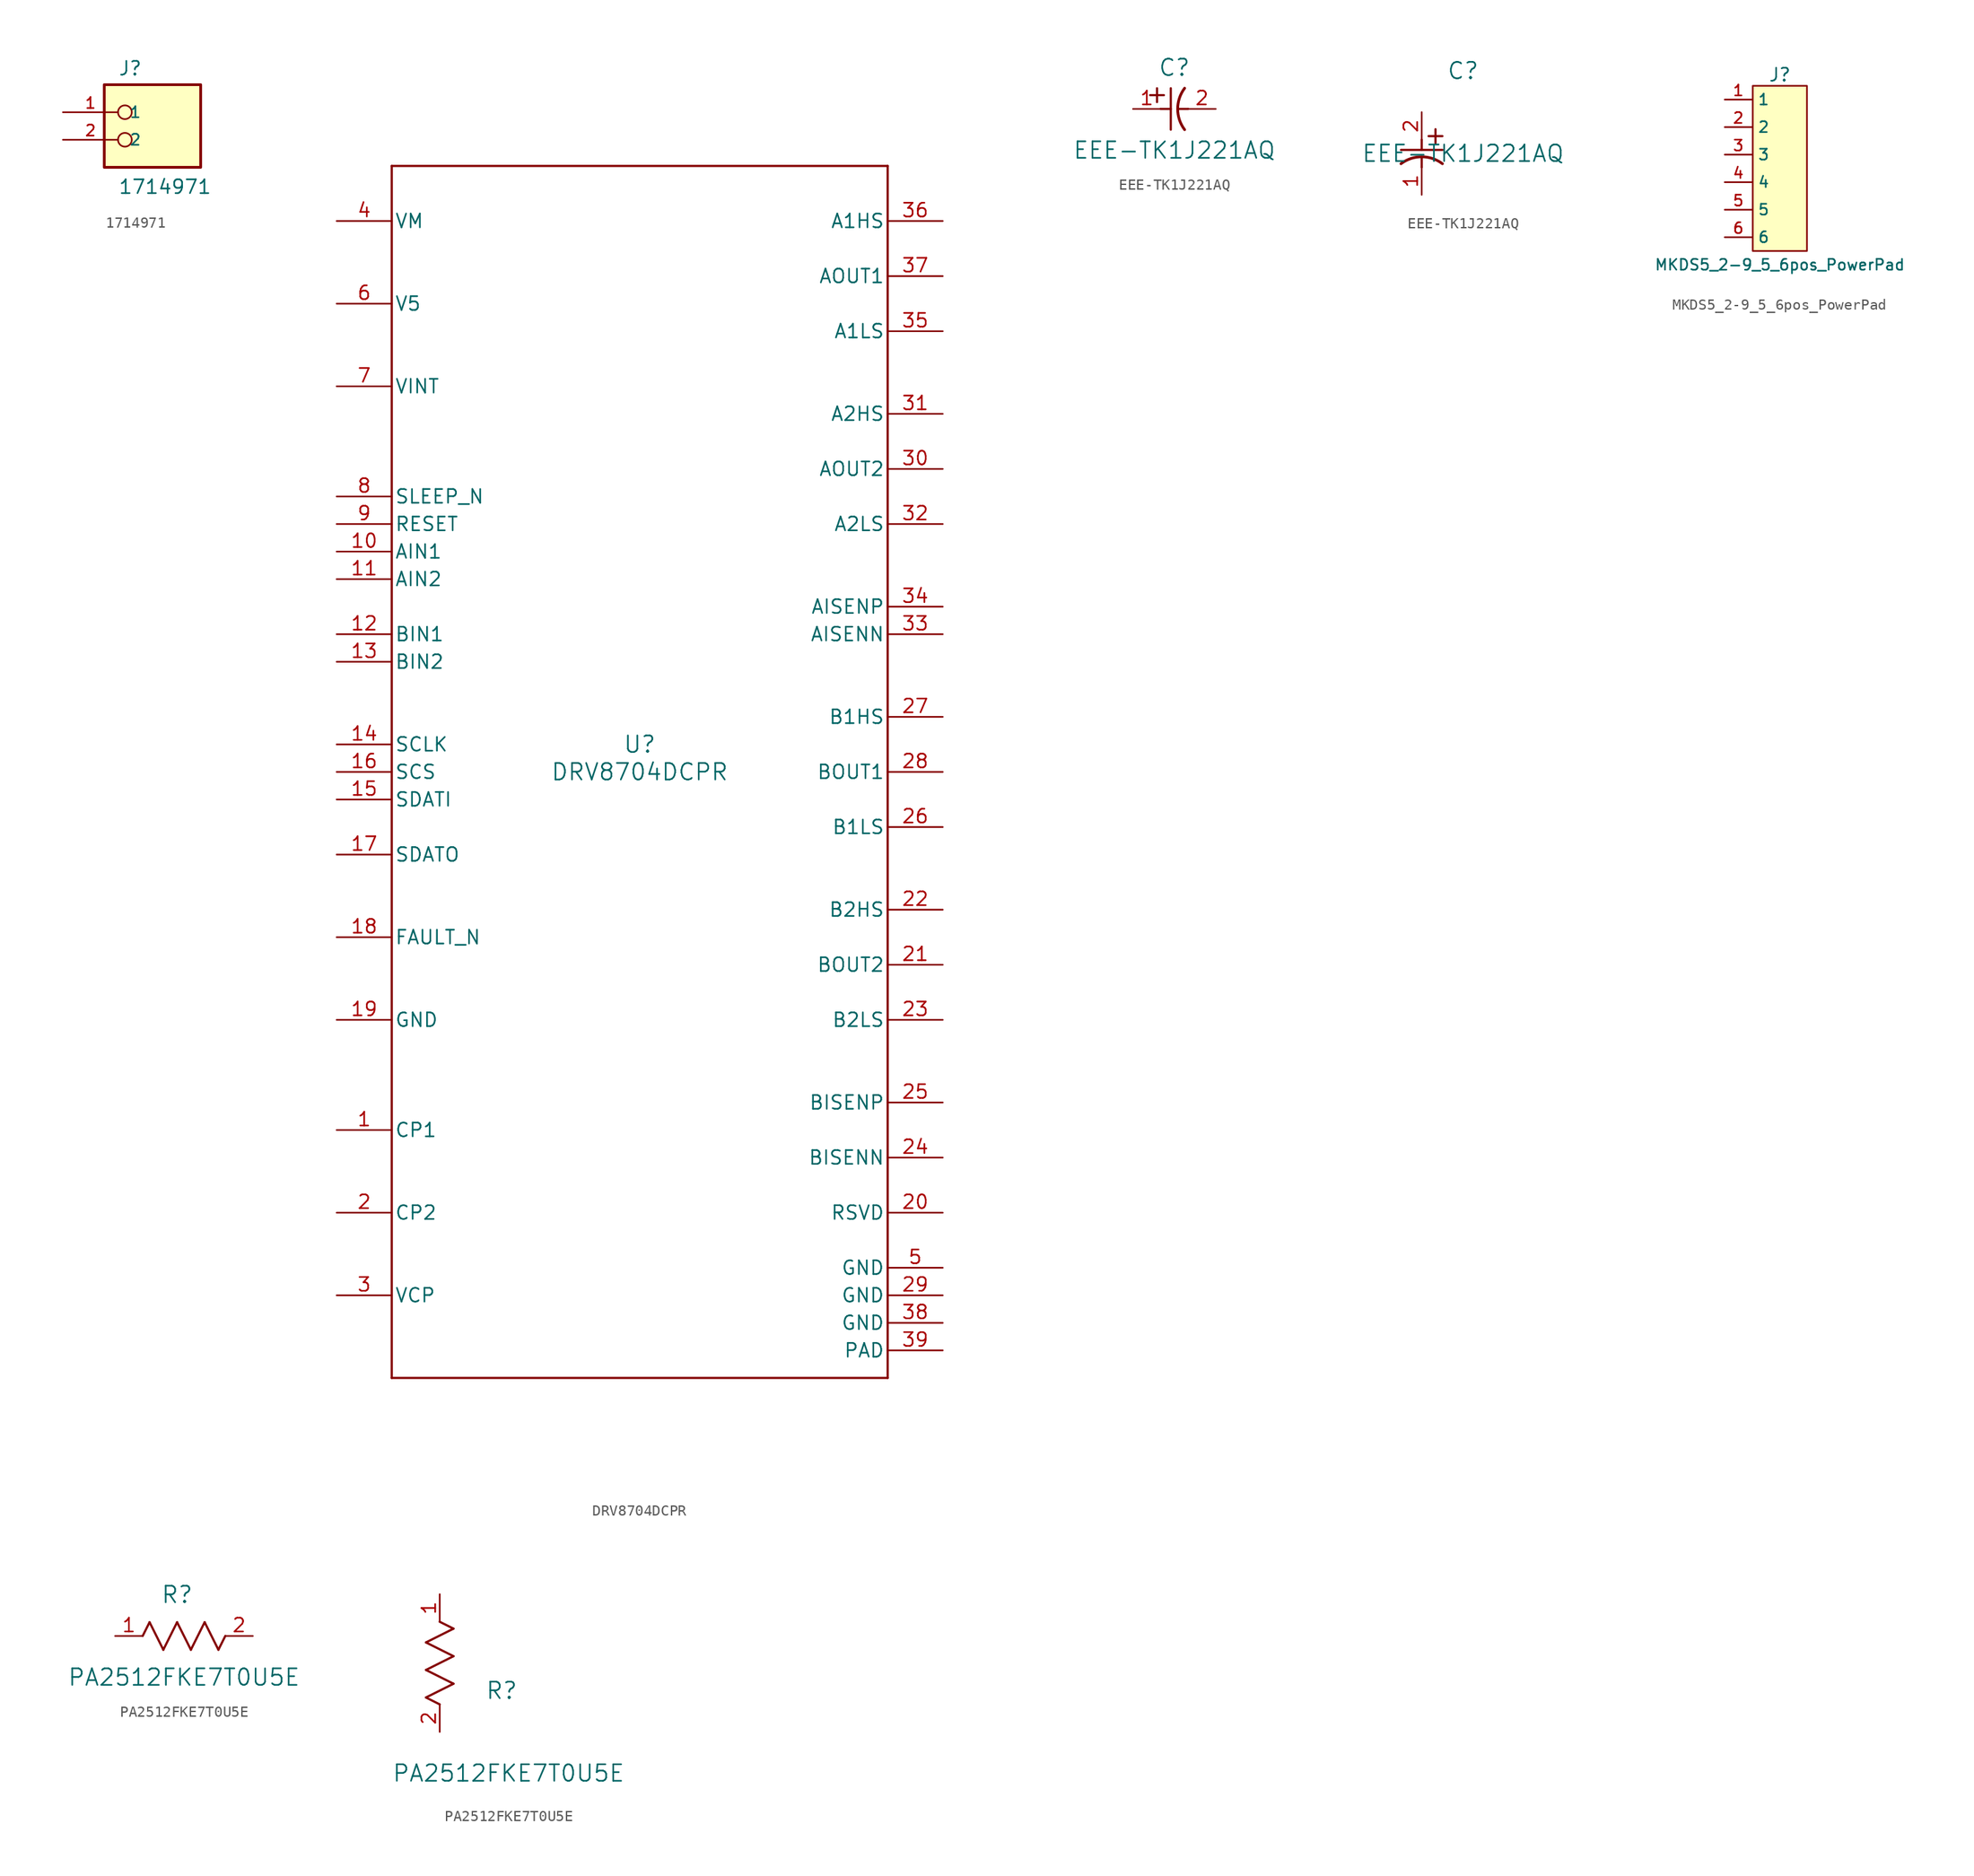
<source format=kicad_sym>
(kicad_symbol_lib
  (version 20241209)
  (generator "kicad_symbol_editor")
  (generator_version "9.0")
  (symbol "1714971"
    (pin_names
      (offset 1.016))
    (property "Reference" "J"
      (at -2.54 3.302 0)
      (effects (font (size 1.27 1.27)) (justify left bottom)))
    (property "Value" "1714971"
      (at -2.54 -7.62 0)
      (effects (font (size 1.27 1.27)) (justify left bottom)))
    (symbol "1714971_0_0"
      (rectangle (start -3.81 -5.08) (end 5.08 2.54) (stroke (width 0.254) (type default)) (fill (type background)))
      (circle (center -1.905 0) (radius 0.635) (stroke (width 0.152) (type default)) (fill (type none)))
      (circle (center -1.905 -2.54) (radius 0.635) (stroke (width 0.152) (type default)) (fill (type none)))
      (pin passive line (at -7.62 0 0) (length 5.08) (name "1" (effects (font (size 1.016 1.016)))) (number "1" (effects (font (size 1.016 1.016)))))
      (pin passive line (at -7.62 -2.54 0) (length 5.08) (name "2" (effects (font (size 1.016 1.016)))) (number "2" (effects (font (size 1.016 1.016)))))))
  (symbol "DRV8704DCPR"
    (pin_names
      (offset 0.254))
    (property "Reference" "U"
      (at 0 2.54 0)
      (effects (font (size 1.524 1.524))))
    (property "Value" "DRV8704DCPR"
      (at 0 0 0)
      (effects (font (size 1.524 1.524))))
    (property "ki_locked" ""
      (at 0 0 0)
      (effects (font (size 1.27 1.27))))
    (symbol "DRV8704DCPR_0_1"
      (polyline (pts (xy -22.86 55.88) (xy -22.86 -55.88)) (stroke (width 0.203) (type default)) (fill (type none)))
      (polyline (pts (xy -22.86 -55.88) (xy 22.86 -55.88)) (stroke (width 0.203) (type default)) (fill (type none)))
      (polyline (pts (xy 22.86 55.88) (xy -22.86 55.88)) (stroke (width 0.203) (type default)) (fill (type none)))
      (polyline (pts (xy 22.86 -55.88) (xy 22.86 55.88)) (stroke (width 0.203) (type default)) (fill (type none)))
      (pin power_in line (at -27.94 50.8 0) (length 5.08) (name "VM" (effects (font (size 1.27 1.27)))) (number "4" (effects (font (size 1.27 1.27)))))
      (pin power_in line (at -27.94 43.18 0) (length 5.08) (name "V5" (effects (font (size 1.27 1.27)))) (number "6" (effects (font (size 1.27 1.27)))))
      (pin power_in line (at -27.94 35.56 0) (length 5.08) (name "VINT" (effects (font (size 1.27 1.27)))) (number "7" (effects (font (size 1.27 1.27)))))
      (pin input line (at -27.94 25.4 0) (length 5.08) (name "SLEEP_N" (effects (font (size 1.27 1.27)))) (number "8" (effects (font (size 1.27 1.27)))))
      (pin input line (at -27.94 22.86 0) (length 5.08) (name "RESET" (effects (font (size 1.27 1.27)))) (number "9" (effects (font (size 1.27 1.27)))))
      (pin input line (at -27.94 20.32 0) (length 5.08) (name "AIN1" (effects (font (size 1.27 1.27)))) (number "10" (effects (font (size 1.27 1.27)))))
      (pin input line (at -27.94 17.78 0) (length 5.08) (name "AIN2" (effects (font (size 1.27 1.27)))) (number "11" (effects (font (size 1.27 1.27)))))
      (pin input line (at -27.94 12.7 0) (length 5.08) (name "BIN1" (effects (font (size 1.27 1.27)))) (number "12" (effects (font (size 1.27 1.27)))))
      (pin input line (at -27.94 10.16 0) (length 5.08) (name "BIN2" (effects (font (size 1.27 1.27)))) (number "13" (effects (font (size 1.27 1.27)))))
      (pin input line (at -27.94 2.54 0) (length 5.08) (name "SCLK" (effects (font (size 1.27 1.27)))) (number "14" (effects (font (size 1.27 1.27)))))
      (pin input line (at -27.94 0 0) (length 5.08) (name "SCS" (effects (font (size 1.27 1.27)))) (number "16" (effects (font (size 1.27 1.27)))))
      (pin input line (at -27.94 -2.54 0) (length 5.08) (name "SDATI" (effects (font (size 1.27 1.27)))) (number "15" (effects (font (size 1.27 1.27)))))
      (pin open_collector line (at -27.94 -7.62 0) (length 5.08) (name "SDATO" (effects (font (size 1.27 1.27)))) (number "17" (effects (font (size 1.27 1.27)))))
      (pin open_collector line (at -27.94 -15.24 0) (length 5.08) (name "FAULT_N" (effects (font (size 1.27 1.27)))) (number "18" (effects (font (size 1.27 1.27)))))
      (pin power_in line (at -27.94 -22.86 0) (length 5.08) (name "GND" (effects (font (size 1.27 1.27)))) (number "19" (effects (font (size 1.27 1.27)))))
      (pin unspecified line (at -27.94 -33.02 0) (length 5.08) (name "CP1" (effects (font (size 1.27 1.27)))) (number "1" (effects (font (size 1.27 1.27)))))
      (pin unspecified line (at -27.94 -40.64 0) (length 5.08) (name "CP2" (effects (font (size 1.27 1.27)))) (number "2" (effects (font (size 1.27 1.27)))))
      (pin unspecified line (at -27.94 -48.26 0) (length 5.08) (name "VCP" (effects (font (size 1.27 1.27)))) (number "3" (effects (font (size 1.27 1.27)))))
      (pin output line (at 27.94 50.8 180) (length 5.08) (name "A1HS" (effects (font (size 1.27 1.27)))) (number "36" (effects (font (size 1.27 1.27)))))
      (pin input line (at 27.94 45.72 180) (length 5.08) (name "AOUT1" (effects (font (size 1.27 1.27)))) (number "37" (effects (font (size 1.27 1.27)))))
      (pin output line (at 27.94 40.64 180) (length 5.08) (name "A1LS" (effects (font (size 1.27 1.27)))) (number "35" (effects (font (size 1.27 1.27)))))
      (pin output line (at 27.94 33.02 180) (length 5.08) (name "A2HS" (effects (font (size 1.27 1.27)))) (number "31" (effects (font (size 1.27 1.27)))))
      (pin input line (at 27.94 27.94 180) (length 5.08) (name "AOUT2" (effects (font (size 1.27 1.27)))) (number "30" (effects (font (size 1.27 1.27)))))
      (pin output line (at 27.94 22.86 180) (length 5.08) (name "A2LS" (effects (font (size 1.27 1.27)))) (number "32" (effects (font (size 1.27 1.27)))))
      (pin input line (at 27.94 15.24 180) (length 5.08) (name "AISENP" (effects (font (size 1.27 1.27)))) (number "34" (effects (font (size 1.27 1.27)))))
      (pin input line (at 27.94 12.7 180) (length 5.08) (name "AISENN" (effects (font (size 1.27 1.27)))) (number "33" (effects (font (size 1.27 1.27)))))
      (pin output line (at 27.94 5.08 180) (length 5.08) (name "B1HS" (effects (font (size 1.27 1.27)))) (number "27" (effects (font (size 1.27 1.27)))))
      (pin input line (at 27.94 0 180) (length 5.08) (name "BOUT1" (effects (font (size 1.27 1.27)))) (number "28" (effects (font (size 1.27 1.27)))))
      (pin output line (at 27.94 -5.08 180) (length 5.08) (name "B1LS" (effects (font (size 1.27 1.27)))) (number "26" (effects (font (size 1.27 1.27)))))
      (pin output line (at 27.94 -12.7 180) (length 5.08) (name "B2HS" (effects (font (size 1.27 1.27)))) (number "22" (effects (font (size 1.27 1.27)))))
      (pin input line (at 27.94 -17.78 180) (length 5.08) (name "BOUT2" (effects (font (size 1.27 1.27)))) (number "21" (effects (font (size 1.27 1.27)))))
      (pin output line (at 27.94 -22.86 180) (length 5.08) (name "B2LS" (effects (font (size 1.27 1.27)))) (number "23" (effects (font (size 1.27 1.27)))))
      (pin input line (at 27.94 -30.48 180) (length 5.08) (name "BISENP" (effects (font (size 1.27 1.27)))) (number "25" (effects (font (size 1.27 1.27)))))
      (pin input line (at 27.94 -35.56 180) (length 5.08) (name "BISENN" (effects (font (size 1.27 1.27)))) (number "24" (effects (font (size 1.27 1.27)))))
      (pin unspecified line (at 27.94 -40.64 180) (length 5.08) (name "RSVD" (effects (font (size 1.27 1.27)))) (number "20" (effects (font (size 1.27 1.27)))))
      (pin power_in line (at 27.94 -45.72 180) (length 5.08) (name "GND" (effects (font (size 1.27 1.27)))) (number "5" (effects (font (size 1.27 1.27)))))
      (pin power_in line (at 27.94 -48.26 180) (length 5.08) (name "GND" (effects (font (size 1.27 1.27)))) (number "29" (effects (font (size 1.27 1.27)))))
      (pin power_in line (at 27.94 -50.8 180) (length 5.08) (name "GND" (effects (font (size 1.27 1.27)))) (number "38" (effects (font (size 1.27 1.27)))))
      (pin power_in line (at 27.94 -53.34 180) (length 5.08) (name "PAD" (effects (font (size 1.27 1.27)))) (number "39" (effects (font (size 1.27 1.27)))))))
  (symbol "EEE-TK1J221AQ"
    (pin_names
      (offset 0.254))
    (property "Reference" "C"
      (at 3.81 3.81 0)
      (effects (font (size 1.524 1.524))))
    (property "Value" "EEE-TK1J221AQ"
      (at 3.81 -3.81 0)
      (effects (font (size 1.524 1.524))))
    (property "ki_locked" ""
      (at 0 0 0)
      (effects (font (size 1.27 1.27))))
    (symbol "EEE-TK1J221AQ_1_1"
      (polyline (pts (xy 1.575 1.27) (xy 2.845 1.27)) (stroke (width 0.203) (type default)) (fill (type none)))
      (polyline (pts (xy 2.21 0.635) (xy 2.21 1.905)) (stroke (width 0.203) (type default)) (fill (type none)))
      (polyline (pts (xy 2.54 0) (xy 3.48 0)) (stroke (width 0.203) (type default)) (fill (type none)))
      (polyline (pts (xy 3.48 -1.905) (xy 3.48 1.905)) (stroke (width 0.203) (type default)) (fill (type none)))
      (polyline (pts (xy 4.115 0) (xy 5.08 0)) (stroke (width 0.203) (type default)) (fill (type none)))
      (arc (start 4.7541 -1.9108) (mid 4.1148 0) (end 4.7541 1.9108) (stroke (width 0.254) (type default)) (fill (type none)))
      (pin unspecified line (at 0 0 0) (length 2.54) (name "" (effects (font (size 1.27 1.27)))) (number "1" (effects (font (size 1.27 1.27)))))
      (pin unspecified line (at 7.62 0 180) (length 2.54) (name "" (effects (font (size 1.27 1.27)))) (number "2" (effects (font (size 1.27 1.27))))))
    (symbol "EEE-TK1J221AQ_1_2"
      (polyline (pts (xy -1.905 -3.48) (xy 1.905 -3.48)) (stroke (width 0.203) (type default)) (fill (type none)))
      (polyline (pts (xy 0 -2.54) (xy 0 -3.48)) (stroke (width 0.203) (type default)) (fill (type none)))
      (polyline (pts (xy 0 -4.115) (xy 0 -5.08)) (stroke (width 0.203) (type default)) (fill (type none)))
      (arc (start -1.9108 -4.7541) (mid 0 -4.1148) (end 1.9108 -4.7541) (stroke (width 0.254) (type default)) (fill (type none)))
      (polyline (pts (xy 0.635 -2.21) (xy 1.905 -2.21)) (stroke (width 0.203) (type default)) (fill (type none)))
      (polyline (pts (xy 1.27 -1.575) (xy 1.27 -2.845)) (stroke (width 0.203) (type default)) (fill (type none)))
      (pin unspecified line (at 0 0 270) (length 2.54) (name "" (effects (font (size 1.27 1.27)))) (number "2" (effects (font (size 1.27 1.27)))))
      (pin unspecified line (at 0 -7.62 90) (length 2.54) (name "" (effects (font (size 1.27 1.27)))) (number "1" (effects (font (size 1.27 1.27)))))))
  (symbol "MKDS5_2-9_5_6pos_PowerPad"
    (property "Reference" "J"
      (at 0 7.366 0)
      (effects (font (size 1.2 1.2))))
    (property "Value" "MKDS5_2-9_5_6pos_PowerPad"
      (at 0 -10.16 0)
      (effects (font (size 1 1))))
    (symbol "MKDS5_2-9_5_6pos_PowerPad_1_1"
      (rectangle (start -2.5 6.35) (end 2.5 -8.89) (stroke (width 0.15) (type default)) (fill (type background)))
      (pin passive line (at -5.08 5.08 0) (length 2.5) (name "1" (effects (font (size 1 1)))) (number "1" (effects (font (size 1 1)))))
      (pin passive line (at -5.08 2.54 0) (length 2.5) (name "2" (effects (font (size 1 1)))) (number "2" (effects (font (size 1 1)))))
      (pin passive line (at -5.08 0 0) (length 2.5) (name "3" (effects (font (size 1 1)))) (number "3" (effects (font (size 1 1)))))
      (pin passive line (at -5.08 -2.54 0) (length 2.5) (name "4" (effects (font (size 1 1)))) (number "4" (effects (font (size 1 1)))))
      (pin passive line (at -5.08 -5.08 0) (length 2.5) (name "5" (effects (font (size 1 1)))) (number "5" (effects (font (size 1 1)))))
      (pin passive line (at -5.08 -7.62 0) (length 2.5) (name "6" (effects (font (size 1 1)))) (number "6" (effects (font (size 1 1)))))))
  (symbol "PA2512FKE7T0U5E"
    (pin_names
      (offset 0.254))
    (property "Reference" "R"
      (at 5.715 3.81 0)
      (effects (font (size 1.524 1.524))))
    (property "Value" "PA2512FKE7T0U5E"
      (at 6.35 -3.81 0)
      (effects (font (size 1.524 1.524))))
    (property "ki_locked" ""
      (at 0 0 0)
      (effects (font (size 1.27 1.27))))
    (symbol "PA2512FKE7T0U5E_1_1"
      (polyline (pts (xy 2.54 0) (xy 3.175 1.27)) (stroke (width 0.203) (type default)) (fill (type none)))
      (polyline (pts (xy 3.175 1.27) (xy 4.445 -1.27)) (stroke (width 0.203) (type default)) (fill (type none)))
      (polyline (pts (xy 4.445 -1.27) (xy 5.715 1.27)) (stroke (width 0.203) (type default)) (fill (type none)))
      (polyline (pts (xy 5.715 1.27) (xy 6.985 -1.27)) (stroke (width 0.203) (type default)) (fill (type none)))
      (polyline (pts (xy 6.985 -1.27) (xy 8.255 1.27)) (stroke (width 0.203) (type default)) (fill (type none)))
      (polyline (pts (xy 8.255 1.27) (xy 9.525 -1.27)) (stroke (width 0.203) (type default)) (fill (type none)))
      (polyline (pts (xy 9.525 -1.27) (xy 10.16 0)) (stroke (width 0.203) (type default)) (fill (type none)))
      (pin unspecified line (at 0 0 0) (length 2.54) (name "" (effects (font (size 1.27 1.27)))) (number "1" (effects (font (size 1.27 1.27)))))
      (pin unspecified line (at 12.7 0 180) (length 2.54) (name "" (effects (font (size 1.27 1.27)))) (number "2" (effects (font (size 1.27 1.27))))))
    (symbol "PA2512FKE7T0U5E_1_2"
      (polyline (pts (xy -1.27 8.255) (xy 1.27 9.525)) (stroke (width 0.203) (type default)) (fill (type none)))
      (polyline (pts (xy -1.27 5.715) (xy 1.27 6.985)) (stroke (width 0.203) (type default)) (fill (type none)))
      (polyline (pts (xy -1.27 3.175) (xy 1.27 4.445)) (stroke (width 0.203) (type default)) (fill (type none)))
      (polyline (pts (xy 0 2.54) (xy -1.27 3.175)) (stroke (width 0.203) (type default)) (fill (type none)))
      (polyline (pts (xy 1.27 9.525) (xy 0 10.16)) (stroke (width 0.203) (type default)) (fill (type none)))
      (polyline (pts (xy 1.27 6.985) (xy -1.27 8.255)) (stroke (width 0.203) (type default)) (fill (type none)))
      (polyline (pts (xy 1.27 4.445) (xy -1.27 5.715)) (stroke (width 0.203) (type default)) (fill (type none)))
      (pin unspecified line (at 0 12.7 270) (length 2.54) (name "" (effects (font (size 1.27 1.27)))) (number "1" (effects (font (size 1.27 1.27)))))
      (pin unspecified line (at 0 0 90) (length 2.54) (name "" (effects (font (size 1.27 1.27)))) (number "2" (effects (font (size 1.27 1.27))))))))
</source>
